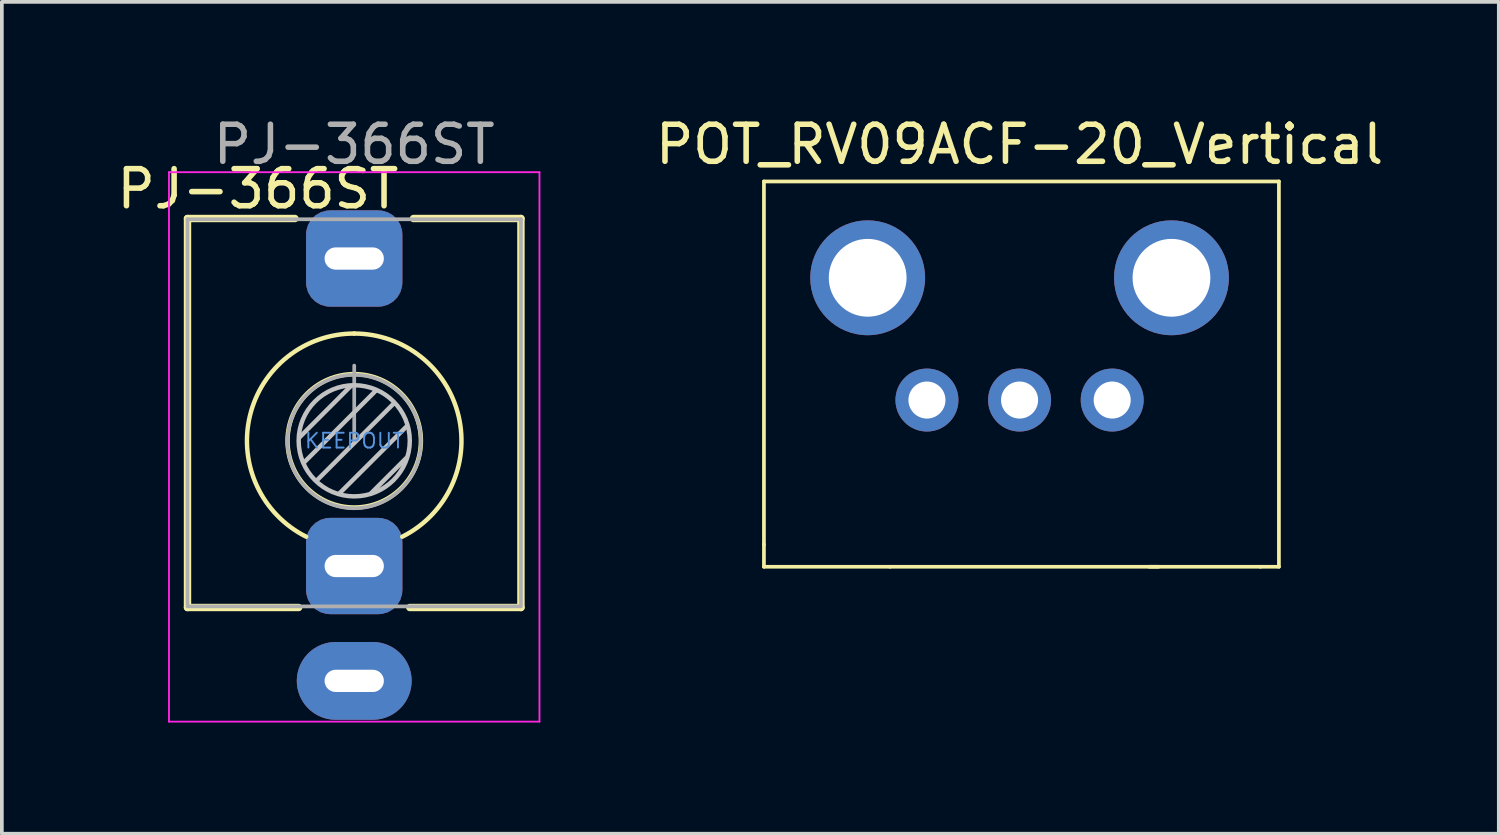
<source format=kicad_pcb>
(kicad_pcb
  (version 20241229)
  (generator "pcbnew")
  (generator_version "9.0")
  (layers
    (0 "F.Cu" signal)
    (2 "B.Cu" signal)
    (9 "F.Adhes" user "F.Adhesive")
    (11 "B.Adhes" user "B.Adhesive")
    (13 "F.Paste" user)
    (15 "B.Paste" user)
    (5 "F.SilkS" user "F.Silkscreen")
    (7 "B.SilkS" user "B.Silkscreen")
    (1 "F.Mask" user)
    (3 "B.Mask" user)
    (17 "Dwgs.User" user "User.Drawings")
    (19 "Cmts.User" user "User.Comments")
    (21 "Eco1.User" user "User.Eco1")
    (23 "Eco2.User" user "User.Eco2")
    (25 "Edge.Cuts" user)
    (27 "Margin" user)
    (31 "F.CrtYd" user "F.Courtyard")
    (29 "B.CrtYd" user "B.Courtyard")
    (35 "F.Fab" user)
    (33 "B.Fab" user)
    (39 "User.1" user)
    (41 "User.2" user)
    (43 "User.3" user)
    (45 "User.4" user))
  (footprint "POT_RV09ACF-20_Vertical"
    (layer "F.Cu")
    (at 24.47 7.748)
    (property "Reference" "POT_RV09ACF-20_Vertical" (at 0 -6.9 0) (layer "F.SilkS") (effects (font (size 1 1) (thickness 0.15))))
    (attr through_hole)
    (fp_line (start -6.9 -5.9) (end -6.9 3.9) (stroke (width 0.1) (type solid)) (layer "F.SilkS"))
    (fp_line (start -6.9 3.9) (end -6.9 4.5) (stroke (width 0.1) (type solid)) (layer "F.SilkS"))
    (fp_line (start -6.9 4.5) (end -3.5 4.5) (stroke (width 0.1) (type solid)) (layer "F.SilkS"))
    (fp_line (start 3.5 4.5) (end 6.5 4.5) (stroke (width 0.1) (type solid)) (layer "F.SilkS"))
    (fp_line (start 3.75 4.5) (end -3.5 4.5) (stroke (width 0.1) (type solid)) (layer "F.SilkS"))
    (fp_line (start 6.5 4.5) (end 7 4.5) (stroke (width 0.1) (type solid)) (layer "F.SilkS"))
    (fp_line (start 7 -5.9) (end -6.9 -5.9) (stroke (width 0.1) (type solid)) (layer "F.SilkS"))
    (fp_line (start 7 4.5) (end 7 -5.9) (stroke (width 0.1) (type solid)) (layer "F.SilkS"))
    (pad "" thru_hole circle (at -4.1 -3.3) (size 3.1 3.1) (drill 2.1) (layers "*.Cu" "*.Mask"))
    (pad "" thru_hole circle (at 4.1 -3.3) (size 3.1 3.1) (drill 2.1) (layers "*.Cu" "*.Mask"))
    (pad "1" thru_hole circle (at -2.5 0) (size 1.7 1.7) (drill 1) (layers "*.Cu" "*.Mask"))
    (pad "2" thru_hole circle (at 0 0) (size 1.7 1.7) (drill 1) (layers "*.Cu" "*.Mask"))
    (pad "3" thru_hole circle (at 2.5 0) (size 1.7 1.7) (drill 1) (layers "*.Cu" "*.Mask")))
  (footprint "PJ-366ST"
    (layer "F.Cu")
    (at 6.511 8.848)
    (property "Reference" "PJ-366ST" (at -2.6 -6.8 0) (layer "F.SilkS") (effects (font (size 1 1) (thickness 0.15))))
    (attr through_hole)
    (fp_line (start -4.5 -6) (end -1.6 -6) (stroke (width 0.2) (type solid)) (layer "F.SilkS"))
    (fp_line (start -4.5 4.5) (end -4.5 -6) (stroke (width 0.2) (type solid)) (layer "F.SilkS"))
    (fp_line (start -4.5 4.5) (end -1.5 4.5) (stroke (width 0.2) (type solid)) (layer "F.SilkS"))
    (fp_line (start 1.5 4.5) (end 4.5 4.5) (stroke (width 0.2) (type solid)) (layer "F.SilkS"))
    (fp_line (start 1.6 -6) (end 4.5 -6) (stroke (width 0.2) (type solid)) (layer "F.SilkS"))
    (fp_line (start 4.5 4.5) (end 4.5 -6) (stroke (width 0.2) (type solid)) (layer "F.SilkS"))
    (fp_arc (start -1.296263 2.588577) (mid -2.817353 -0.665994) (end 0 -2.895) (stroke (width 0.12) (type solid)) (layer "F.SilkS"))
    (fp_arc (start 0 -2.895) (mid 2.817353 -0.665994) (end 1.296263 2.588577) (stroke (width 0.12) (type solid)) (layer "F.SilkS"))
    (fp_circle (center 0 0) (end -1.8 0) (stroke (width 0.12) (type solid)) (fill no) (layer "F.SilkS"))
    (fp_line (start -0.09 -1.48) (end -1.48 -0.09) (stroke (width 0.12) (type solid)) (layer "Dwgs.User"))
    (fp_line (start 0.58 -1.35) (end -1.36 0.59) (stroke (width 0.12) (type solid)) (layer "Dwgs.User"))
    (fp_line (start 1.07 -1.01) (end -1.01 1.07) (stroke (width 0.12) (type solid)) (layer "Dwgs.User"))
    (fp_line (start 1.41 0.46) (end 0.46 1.41) (stroke (width 0.12) (type solid)) (layer "Dwgs.User"))
    (fp_line (start 1.42 -0.395) (end -0.4 1.42) (stroke (width 0.12) (type solid)) (layer "Dwgs.User"))
    (fp_circle (center 0 0) (end -1.5 0) (stroke (width 0.12) (type solid)) (fill no) (layer "Dwgs.User"))
    (fp_line (start -5 -7.25) (end -5 7.58) (stroke (width 0.05) (type solid)) (layer "F.CrtYd"))
    (fp_line (start -5 -7.25) (end 5 -7.25) (stroke (width 0.05) (type solid)) (layer "F.CrtYd"))
    (fp_line (start -5 7.58) (end 5 7.58) (stroke (width 0.05) (type solid)) (layer "F.CrtYd"))
    (fp_line (start 5 -7.25) (end 5 7.58) (stroke (width 0.05) (type solid)) (layer "F.CrtYd"))
    (fp_line (start -4.5 -5.98) (end -4.5 4.42) (stroke (width 0.1) (type solid)) (layer "F.Fab"))
    (fp_line (start -4.5 -5.98) (end 4.5 -5.98) (stroke (width 0.1) (type solid)) (layer "F.Fab"))
    (fp_line (start -4.5 4.47) (end 4.5 4.47) (stroke (width 0.1) (type solid)) (layer "F.Fab"))
    (fp_line (start 0 0) (end 0 -2.03) (stroke (width 0.1) (type solid)) (layer "F.Fab"))
    (fp_line (start 4.5 -5.98) (end 4.5 4.42) (stroke (width 0.1) (type solid)) (layer "F.Fab"))
    (fp_circle (center 0 0.02) (end -1.8 0.02) (stroke (width 0.1) (type solid)) (fill no) (layer "F.Fab"))
    (fp_text user "KEEPOUT" (at 0 0 180) (layer "Cmts.User") (effects (font (size 0.4 0.4) (thickness 0.051))))
    (fp_text user "${REFERENCE}" (at 0 -8 0) (layer "F.Fab") (effects (font (size 1 1) (thickness 0.15))))
    (pad "R" thru_hole roundrect (at 0 3.38) (size 2.6 2.6) (drill oval 1.6 0.6) (layers "*.Cu" "*.Mask") (roundrect_rratio 0.25))
    (pad "S" thru_hole oval (at 0 6.48) (size 3.1 2.1) (drill oval 1.6 0.6) (layers "*.Cu" "*.Mask"))
    (pad "T" thru_hole roundrect (at 0 -4.92) (size 2.6 2.6) (drill oval 1.6 0.6) (layers "*.Cu" "*.Mask") (roundrect_rratio 0.25)))
  (gr_rect
    (start -3 -3)
    (end 37.405 19.453)
    (stroke (width 0.1) (type default))
    (fill no)
    (layer "Edge.Cuts")))
</source>
